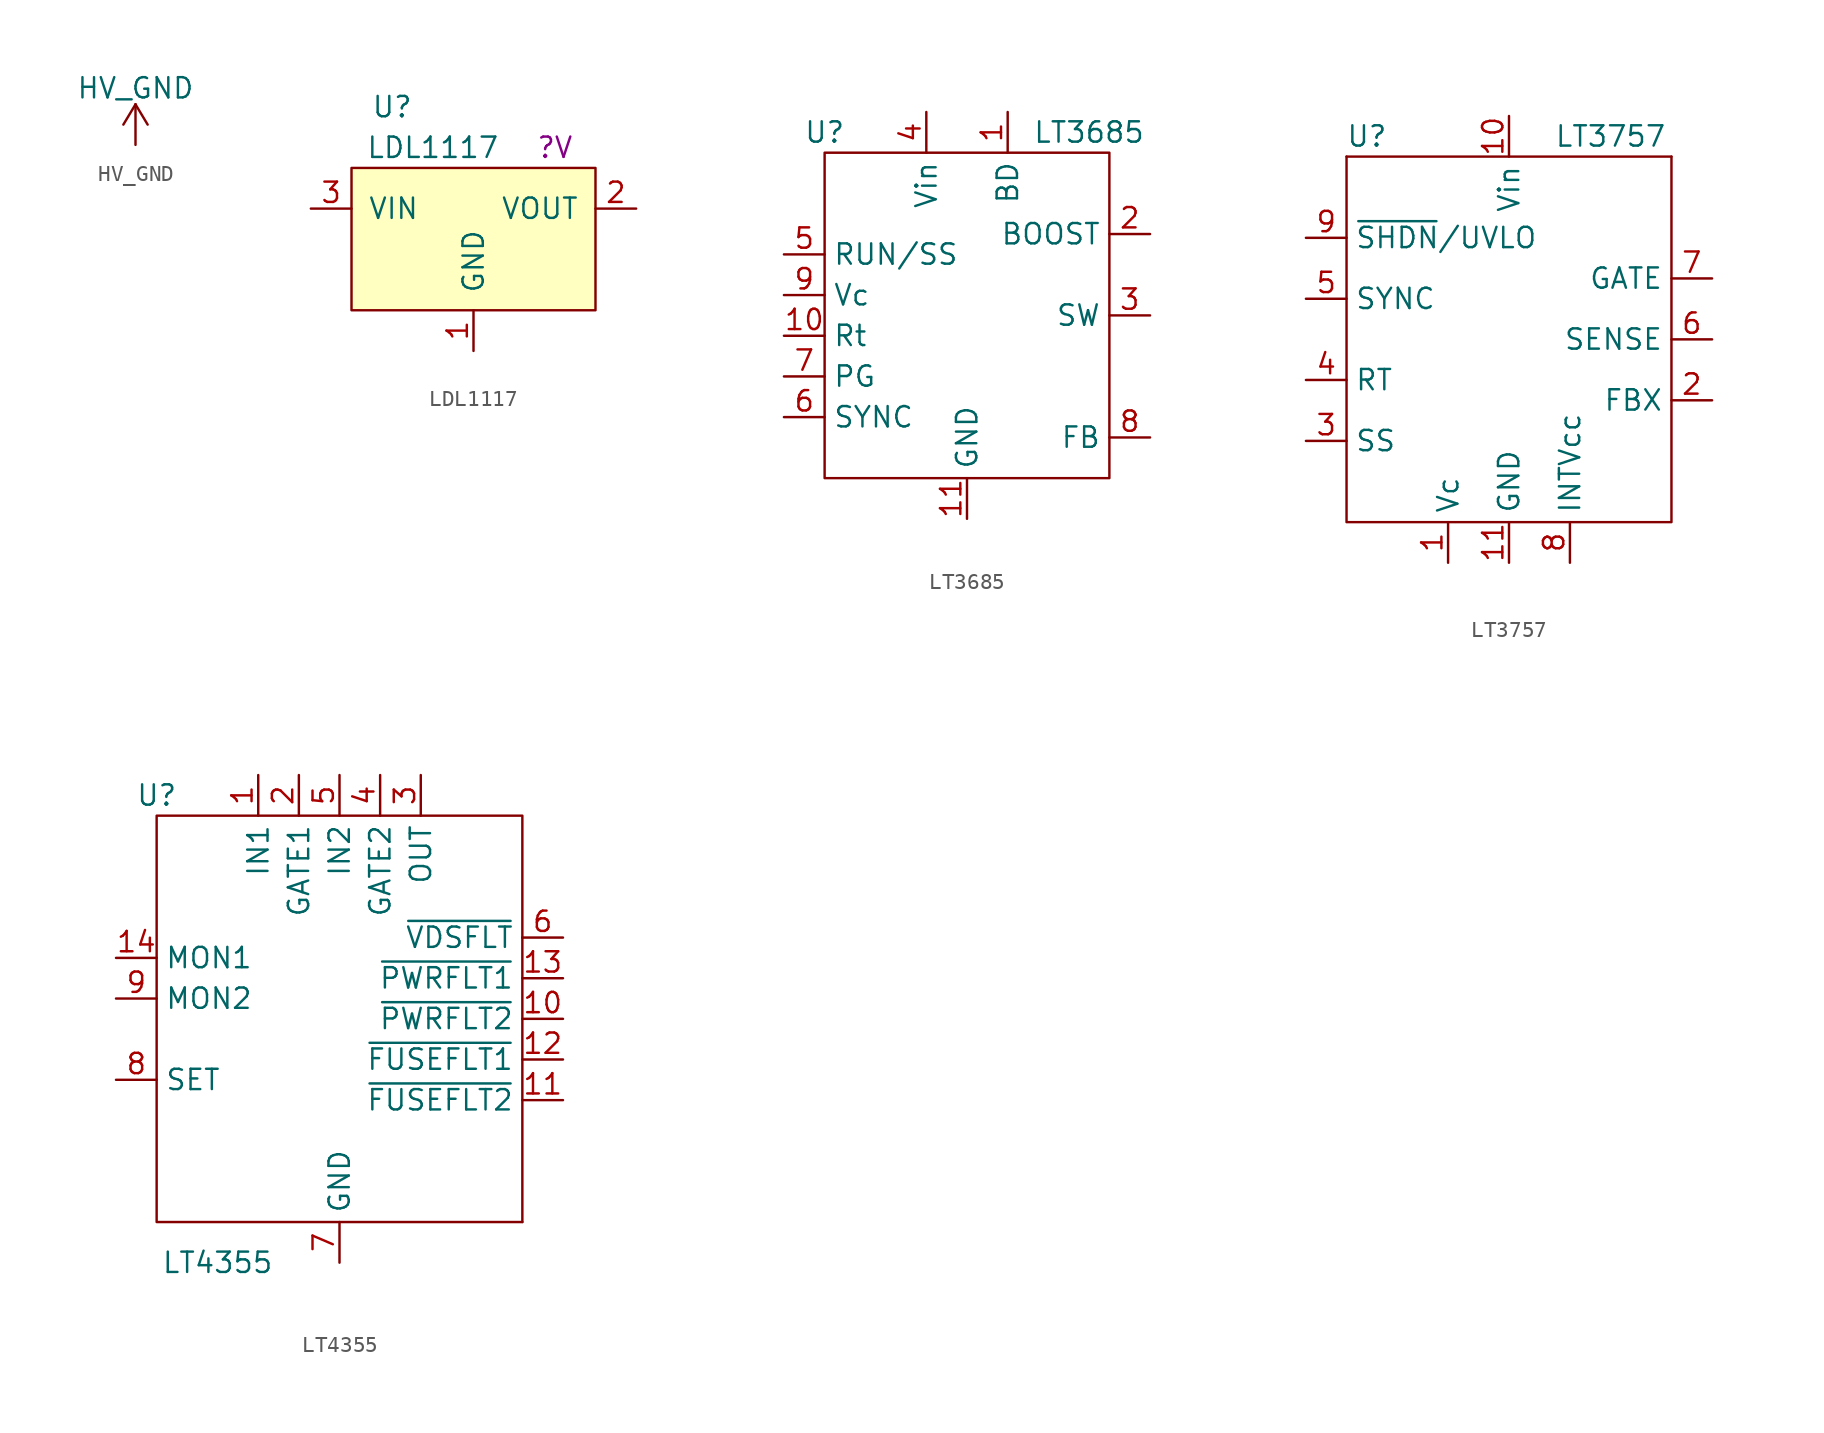
<source format=kicad_sym>
(kicad_symbol_lib
  (version 20211014)
  (generator kicad_symbol_editor)
  (symbol "HV_GND"
    (power)
    (pin_names
      (offset 0))
    (property "Reference" "#PWR"
      (at 0 -3.81 0)
      (effects (font (size 1.27 1.27)) hide))
    (property "Value" "HV_GND"
      (at 0 3.556 0)
      (effects (font (size 1.27 1.27))))
    (symbol "HV_GND_0_1"
      (polyline (pts (xy -0.762 1.27) (xy 0 2.54)) (stroke (width 0) (type default) (color 0 0 0 0)) (fill (type none)))
      (polyline (pts (xy 0 0) (xy 0 2.54)) (stroke (width 0) (type default) (color 0 0 0 0)) (fill (type none)))
      (polyline (pts (xy 0 2.54) (xy 0.762 1.27)) (stroke (width 0) (type default) (color 0 0 0 0)) (fill (type none))))
    (symbol "HV_GND_1_1"
      (pin power_in line (at 0 0 90) (length 0) hide (name "HV_GND" (effects (font (size 1.27 1.27)))) (number "1" (effects (font (size 1.27 1.27)))))))
  (symbol "LDL1117"
    (pin_names
      (offset 1.016))
    (property "Reference" "U"
      (at -5.08 8.89 0)
      (effects (font (size 1.27 1.27))))
    (property "Value" "LDL1117"
      (at -2.54 6.35 0)
      (effects (font (size 1.27 1.27))))
    (property "Voltage" "?V"
      (at 5.08 6.35 0)
      (effects (font (size 1.27 1.27))))
    (symbol "LDL1117_0_1"
      (rectangle (start -7.62 5.08) (end 7.62 -3.81) (stroke (width 0) (type default) (color 0 0 0 0)) (fill (type background))))
    (symbol "LDL1117_1_1"
      (pin output line (at 0 -6.35 90) (length 2.54) (name "GND" (effects (font (size 1.27 1.27)))) (number "1" (effects (font (size 1.27 1.27)))))
      (pin power_out line (at 10.16 2.54 180) (length 2.54) (name "VOUT" (effects (font (size 1.27 1.27)))) (number "2" (effects (font (size 1.27 1.27)))))
      (pin power_in line (at -10.16 2.54 0) (length 2.54) (name "VIN" (effects (font (size 1.27 1.27)))) (number "3" (effects (font (size 1.27 1.27)))))))
  (symbol "LT3685"
    (property "Reference" "U"
      (at -8.89 11.43 0)
      (effects (font (size 1.27 1.27))))
    (property "Value" "LT3685"
      (at 7.62 11.43 0)
      (effects (font (size 1.27 1.27))))
    (symbol "LT3685_0_1"
      (rectangle (start -8.89 10.16) (end 8.89 -10.16) (stroke (width 0.152) (type default) (color 0 0 0 0)) (fill (type none))))
    (symbol "LT3685_1_1"
      (pin passive line (at 2.54 12.7 270) (length 2.54) (name "BD" (effects (font (size 1.27 1.27)))) (number "1" (effects (font (size 1.27 1.27)))))
      (pin passive line (at -11.43 -1.27 0) (length 2.54) (name "Rt" (effects (font (size 1.27 1.27)))) (number "10" (effects (font (size 1.27 1.27)))))
      (pin passive line (at 0 -12.7 90) (length 2.54) (name "GND" (effects (font (size 1.27 1.27)))) (number "11" (effects (font (size 1.27 1.27)))))
      (pin passive line (at 11.43 5.08 180) (length 2.54) (name "BOOST" (effects (font (size 1.27 1.27)))) (number "2" (effects (font (size 1.27 1.27)))))
      (pin passive line (at 11.43 0 180) (length 2.54) (name "SW" (effects (font (size 1.27 1.27)))) (number "3" (effects (font (size 1.27 1.27)))))
      (pin passive line (at -2.54 12.7 270) (length 2.54) (name "Vin" (effects (font (size 1.27 1.27)))) (number "4" (effects (font (size 1.27 1.27)))))
      (pin passive line (at -11.43 3.81 0) (length 2.54) (name "RUN/SS" (effects (font (size 1.27 1.27)))) (number "5" (effects (font (size 1.27 1.27)))))
      (pin passive line (at -11.43 -6.35 0) (length 2.54) (name "SYNC" (effects (font (size 1.27 1.27)))) (number "6" (effects (font (size 1.27 1.27)))))
      (pin passive line (at -11.43 -3.81 0) (length 2.54) (name "PG" (effects (font (size 1.27 1.27)))) (number "7" (effects (font (size 1.27 1.27)))))
      (pin passive line (at 11.43 -7.62 180) (length 2.54) (name "FB" (effects (font (size 1.27 1.27)))) (number "8" (effects (font (size 1.27 1.27)))))
      (pin passive line (at -11.43 1.27 0) (length 2.54) (name "Vc" (effects (font (size 1.27 1.27)))) (number "9" (effects (font (size 1.27 1.27)))))))
  (symbol "LT3757"
    (property "Reference" "U"
      (at -8.89 12.7 0)
      (effects (font (size 1.27 1.27))))
    (property "Value" "LT3757"
      (at 6.35 12.7 0)
      (effects (font (size 1.27 1.27))))
    (symbol "LT3757_0_1"
      (polyline (pts (xy 10.16 11.43) (xy -10.16 11.43)) (stroke (width 0) (type default) (color 0 0 0 0)) (fill (type none)))
      (polyline (pts (xy -10.16 11.43) (xy -10.16 -11.43) (xy 10.16 -11.43) (xy 10.16 11.43)) (stroke (width 0) (type default) (color 0 0 0 0)) (fill (type none))))
    (symbol "LT3757_1_1"
      (pin bidirectional line (at -3.81 -13.97 90) (length 2.54) (name "Vc" (effects (font (size 1.27 1.27)))) (number "1" (effects (font (size 1.27 1.27)))))
      (pin bidirectional line (at 0 13.97 270) (length 2.54) (name "Vin" (effects (font (size 1.27 1.27)))) (number "10" (effects (font (size 1.27 1.27)))))
      (pin bidirectional line (at 0 -13.97 90) (length 2.54) (name "GND" (effects (font (size 1.27 1.27)))) (number "11" (effects (font (size 1.27 1.27)))))
      (pin bidirectional line (at 12.7 -3.81 180) (length 2.54) (name "FBX" (effects (font (size 1.27 1.27)))) (number "2" (effects (font (size 1.27 1.27)))))
      (pin bidirectional line (at -12.7 -6.35 0) (length 2.54) (name "SS" (effects (font (size 1.27 1.27)))) (number "3" (effects (font (size 1.27 1.27)))))
      (pin bidirectional line (at -12.7 -2.54 0) (length 2.54) (name "RT" (effects (font (size 1.27 1.27)))) (number "4" (effects (font (size 1.27 1.27)))))
      (pin bidirectional line (at -12.7 2.54 0) (length 2.54) (name "SYNC" (effects (font (size 1.27 1.27)))) (number "5" (effects (font (size 1.27 1.27)))))
      (pin bidirectional line (at 12.7 0 180) (length 2.54) (name "SENSE" (effects (font (size 1.27 1.27)))) (number "6" (effects (font (size 1.27 1.27)))))
      (pin bidirectional line (at 12.7 3.81 180) (length 2.54) (name "GATE" (effects (font (size 1.27 1.27)))) (number "7" (effects (font (size 1.27 1.27)))))
      (pin bidirectional line (at 3.81 -13.97 90) (length 2.54) (name "INTVcc" (effects (font (size 1.27 1.27)))) (number "8" (effects (font (size 1.27 1.27)))))
      (pin bidirectional line (at -12.7 6.35 0) (length 2.54) (name "~{SHDN}/UVLO" (effects (font (size 1.27 1.27)))) (number "9" (effects (font (size 1.27 1.27)))))))
  (symbol "LT4355"
    (property "Reference" "U"
      (at -11.43 13.97 0)
      (effects (font (size 1.27 1.27))))
    (property "Value" "LT4355"
      (at -7.62 -15.24 0)
      (effects (font (size 1.27 1.27))))
    (symbol "LT4355_0_1"
      (polyline (pts (xy 11.43 -12.7) (xy 11.43 5.08)) (stroke (width 0) (type default) (color 0 0 0 0)) (fill (type none)))
      (polyline (pts (xy 11.43 5.08) (xy 11.43 12.7) (xy -11.43 12.7) (xy -11.43 -12.7) (xy 11.43 -12.7)) (stroke (width 0) (type default) (color 0 0 0 0)) (fill (type none))))
    (symbol "LT4355_1_1"
      (pin bidirectional line (at -5.08 15.24 270) (length 2.54) (name "IN1" (effects (font (size 1.27 1.27)))) (number "1" (effects (font (size 1.27 1.27)))))
      (pin bidirectional line (at 13.97 0 180) (length 2.54) (name "~{PWRFLT2}" (effects (font (size 1.27 1.27)))) (number "10" (effects (font (size 1.27 1.27)))))
      (pin bidirectional line (at 13.97 -5.08 180) (length 2.54) (name "~{FUSEFLT2}" (effects (font (size 1.27 1.27)))) (number "11" (effects (font (size 1.27 1.27)))))
      (pin bidirectional line (at 13.97 -2.54 180) (length 2.54) (name "~{FUSEFLT1}" (effects (font (size 1.27 1.27)))) (number "12" (effects (font (size 1.27 1.27)))))
      (pin bidirectional line (at 13.97 2.54 180) (length 2.54) (name "~{PWRFLT1}" (effects (font (size 1.27 1.27)))) (number "13" (effects (font (size 1.27 1.27)))))
      (pin bidirectional line (at -13.97 3.81 0) (length 2.54) (name "MON1" (effects (font (size 1.27 1.27)))) (number "14" (effects (font (size 1.27 1.27)))))
      (pin input line (at 0 -15.24 90) (length 2.54) hide (name "GND" (effects (font (size 1.27 1.27)))) (number "15" (effects (font (size 1.27 1.27)))))
      (pin bidirectional line (at -2.54 15.24 270) (length 2.54) (name "GATE1" (effects (font (size 1.27 1.27)))) (number "2" (effects (font (size 1.27 1.27)))))
      (pin bidirectional line (at 5.08 15.24 270) (length 2.54) (name "OUT" (effects (font (size 1.27 1.27)))) (number "3" (effects (font (size 1.27 1.27)))))
      (pin bidirectional line (at 2.54 15.24 270) (length 2.54) (name "GATE2" (effects (font (size 1.27 1.27)))) (number "4" (effects (font (size 1.27 1.27)))))
      (pin bidirectional line (at 0 15.24 270) (length 2.54) (name "IN2" (effects (font (size 1.27 1.27)))) (number "5" (effects (font (size 1.27 1.27)))))
      (pin bidirectional line (at 13.97 5.08 180) (length 2.54) (name "~{VDSFLT}" (effects (font (size 1.27 1.27)))) (number "6" (effects (font (size 1.27 1.27)))))
      (pin bidirectional line (at 0 -15.24 90) (length 2.54) (name "GND" (effects (font (size 1.27 1.27)))) (number "7" (effects (font (size 1.27 1.27)))))
      (pin bidirectional line (at -13.97 -3.81 0) (length 2.54) (name "SET" (effects (font (size 1.27 1.27)))) (number "8" (effects (font (size 1.27 1.27)))))
      (pin bidirectional line (at -13.97 1.27 0) (length 2.54) (name "MON2" (effects (font (size 1.27 1.27)))) (number "9" (effects (font (size 1.27 1.27))))))))
</source>
